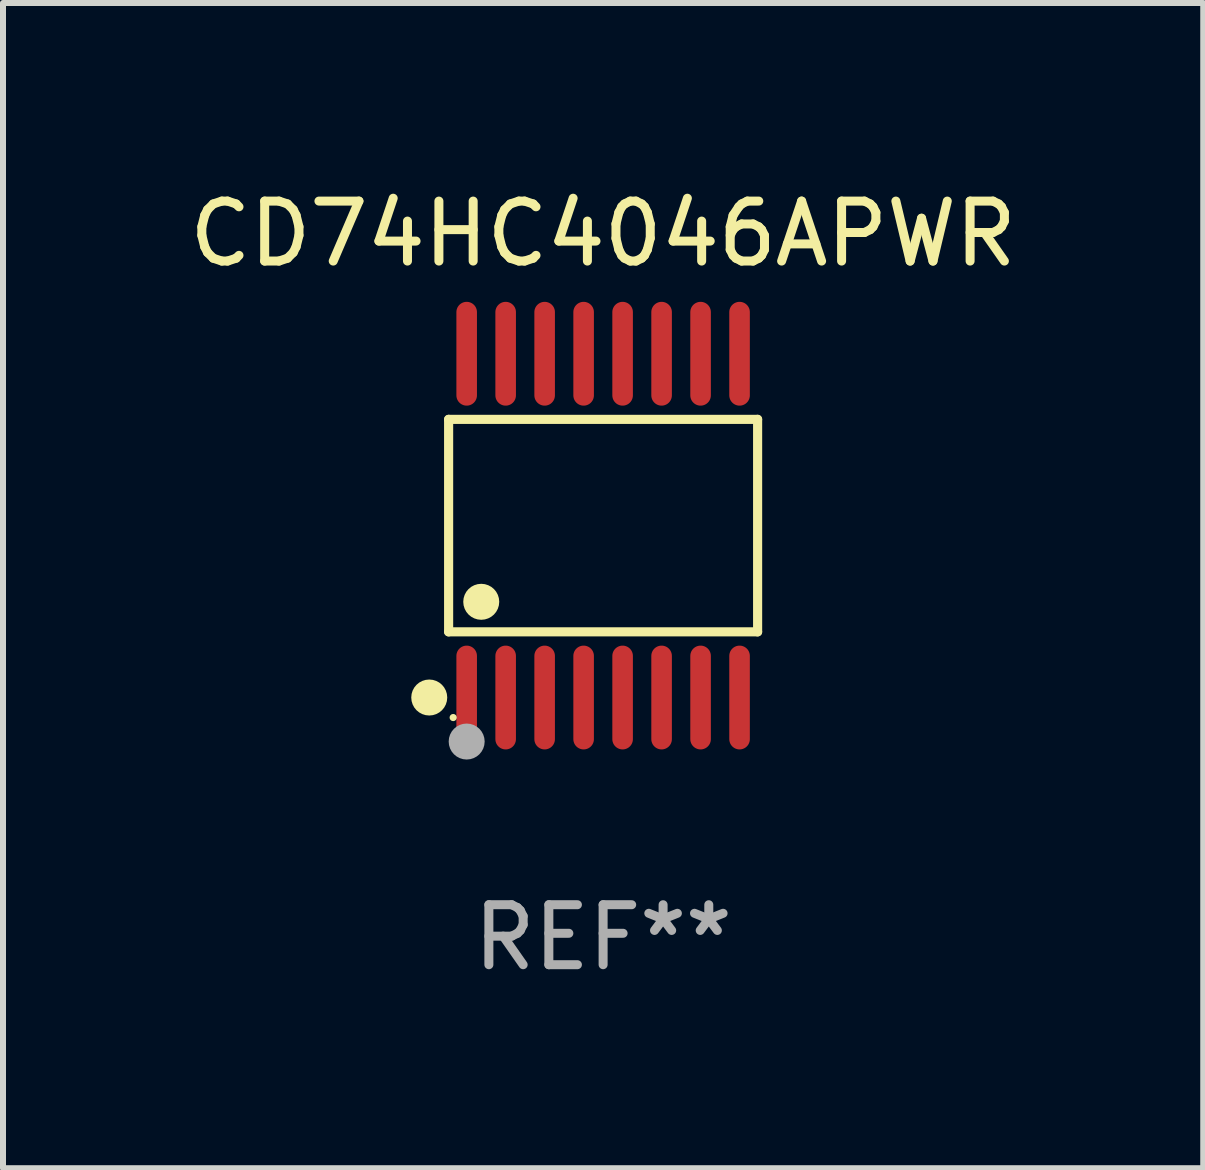
<source format=kicad_pcb>
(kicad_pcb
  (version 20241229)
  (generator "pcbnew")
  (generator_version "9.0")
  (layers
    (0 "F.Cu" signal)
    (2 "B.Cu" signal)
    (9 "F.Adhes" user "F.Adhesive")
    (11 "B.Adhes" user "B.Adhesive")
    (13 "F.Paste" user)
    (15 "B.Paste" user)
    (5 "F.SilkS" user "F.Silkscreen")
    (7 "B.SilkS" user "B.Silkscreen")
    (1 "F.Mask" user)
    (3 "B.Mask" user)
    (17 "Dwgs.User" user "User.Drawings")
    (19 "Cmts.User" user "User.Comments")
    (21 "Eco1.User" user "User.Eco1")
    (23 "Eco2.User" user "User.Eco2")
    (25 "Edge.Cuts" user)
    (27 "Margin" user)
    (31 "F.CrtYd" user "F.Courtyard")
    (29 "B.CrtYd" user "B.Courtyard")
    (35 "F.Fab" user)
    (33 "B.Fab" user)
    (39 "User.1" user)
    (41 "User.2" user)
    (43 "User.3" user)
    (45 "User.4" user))
  (footprint "CD74HC4046APWR"
    (layer "F.Cu")
    (at 7.006 5.714)
    (property "Reference" "CD74HC4046APWR" (at 0 -4.866 0) (layer "F.SilkS") (effects (font (size 1 1) (thickness 0.15))))
    (attr through_hole)
    (fp_line (start -2.576 -1.772) (end 2.576 -1.772) (stroke (width 0.152) (type solid)) (layer "F.SilkS"))
    (fp_line (start -2.576 1.771) (end -2.576 -1.772) (stroke (width 0.152) (type solid)) (layer "F.SilkS"))
    (fp_line (start 2.576 -1.772) (end 2.576 1.771) (stroke (width 0.152) (type solid)) (layer "F.SilkS"))
    (fp_line (start 2.576 1.771) (end -2.576 1.771) (stroke (width 0.152) (type solid)) (layer "F.SilkS"))
    (fp_circle (center -2.899 2.866) (end -2.749 2.866) (stroke (width 0.3) (type solid)) (fill no) (layer "F.SilkS"))
    (fp_circle (center -2.5 3.2) (end -2.47 3.2) (stroke (width 0.06) (type solid)) (fill no) (layer "F.SilkS"))
    (fp_circle (center -2.032 1.27) (end -1.882 1.27) (stroke (width 0.3) (type solid)) (fill no) (layer "F.SilkS"))
    (fp_circle (center -2.275 3.6) (end -2.125 3.6) (stroke (width 0.3) (type solid)) (fill no) (layer "F.Fab"))
    (fp_text user "REF**" (at 0 6.866 0) (layer "F.Fab") (effects (font (size 1 1) (thickness 0.15))))
    (pad "1" smd oval (at -2.275 2.866) (size 0.343 1.731) (layers "F.Cu" "F.Mask" "F.Paste"))
    (pad "2" smd oval (at -1.625 2.866) (size 0.343 1.731) (layers "F.Cu" "F.Mask" "F.Paste"))
    (pad "3" smd oval (at -0.975 2.866) (size 0.343 1.731) (layers "F.Cu" "F.Mask" "F.Paste"))
    (pad "4" smd oval (at -0.325 2.866) (size 0.343 1.731) (layers "F.Cu" "F.Mask" "F.Paste"))
    (pad "5" smd oval (at 0.325 2.866) (size 0.343 1.731) (layers "F.Cu" "F.Mask" "F.Paste"))
    (pad "6" smd oval (at 0.975 2.866) (size 0.343 1.731) (layers "F.Cu" "F.Mask" "F.Paste"))
    (pad "7" smd oval (at 1.625 2.866) (size 0.343 1.731) (layers "F.Cu" "F.Mask" "F.Paste"))
    (pad "8" smd oval (at 2.275 2.866) (size 0.343 1.731) (layers "F.Cu" "F.Mask" "F.Paste"))
    (pad "9" smd oval (at 2.275 -2.866) (size 0.343 1.731) (layers "F.Cu" "F.Mask" "F.Paste"))
    (pad "10" smd oval (at 1.625 -2.866) (size 0.343 1.731) (layers "F.Cu" "F.Mask" "F.Paste"))
    (pad "11" smd oval (at 0.975 -2.866) (size 0.343 1.731) (layers "F.Cu" "F.Mask" "F.Paste"))
    (pad "12" smd oval (at 0.325 -2.866) (size 0.343 1.731) (layers "F.Cu" "F.Mask" "F.Paste"))
    (pad "13" smd oval (at -0.325 -2.866) (size 0.343 1.731) (layers "F.Cu" "F.Mask" "F.Paste"))
    (pad "14" smd oval (at -0.975 -2.866) (size 0.343 1.731) (layers "F.Cu" "F.Mask" "F.Paste"))
    (pad "15" smd oval (at -1.625 -2.866) (size 0.343 1.731) (layers "F.Cu" "F.Mask" "F.Paste"))
    (pad "16" smd oval (at -2.275 -2.866) (size 0.343 1.731) (layers "F.Cu" "F.Mask" "F.Paste")))
  (gr_rect
    (start -3 -3)
    (end 17.012 16.428)
    (stroke (width 0.1) (type default))
    (fill no)
    (layer "Edge.Cuts")))
</source>
